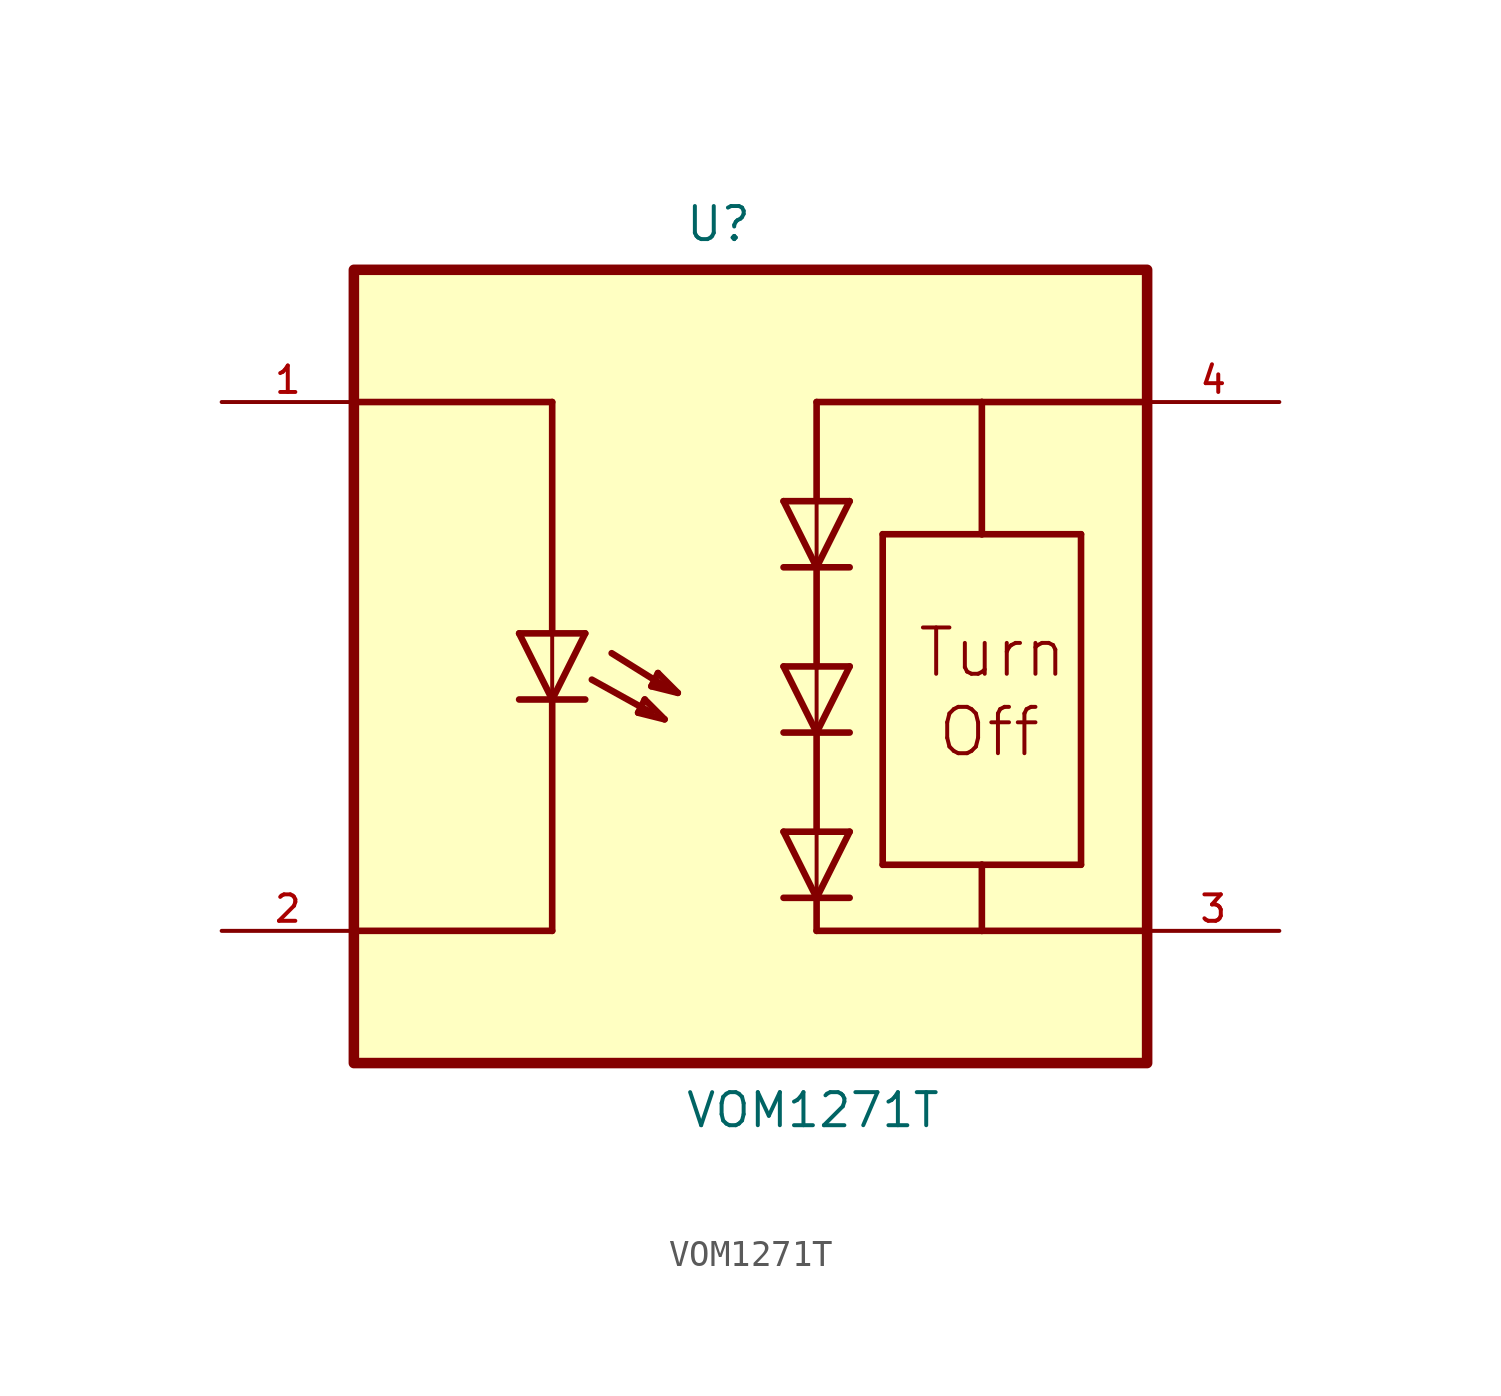
<source format=kicad_sym>
(kicad_symbol_lib
  (version 20211014)
  (generator kicad_symbol_editor)
  (symbol "VOM1271T"
    (pin_names
      (offset 1.016))
    (property "Reference" "U"
      (at -2.54 16.257 0)
      (effects (font (size 1.27 1.27)) (justify bottom left)))
    (property "Value" "VOM1271T"
      (at -2.541 -17.791 0)
      (effects (font (size 1.27 1.27)) (justify bottom left)))
    (symbol "VOM1271T_0_0"
      (polyline (pts (xy 3.81 6.35) (xy 2.54 3.81)) (stroke (width 0.254)))
      (polyline (pts (xy 2.54 3.81) (xy 1.27 6.35)) (stroke (width 0.254)))
      (polyline (pts (xy 3.81 3.81) (xy 2.54 3.81)) (stroke (width 0.254)))
      (polyline (pts (xy 2.54 3.81) (xy 1.27 3.81)) (stroke (width 0.254)))
      (polyline (pts (xy 3.81 6.35) (xy 2.54 6.35)) (stroke (width 0.254)))
      (polyline (pts (xy 2.54 6.35) (xy 1.27 6.35)) (stroke (width 0.254)))
      (polyline (pts (xy 2.54 6.35) (xy 2.54 3.81)) (stroke (width 0.152)))
      (polyline (pts (xy -4.064 -1.27) (xy -4.318 -1.778)) (stroke (width 0.254)))
      (polyline (pts (xy -4.318 -1.778) (xy -3.302 -2.032)) (stroke (width 0.254)))
      (polyline (pts (xy -3.302 -2.032) (xy -4.064 -1.27)) (stroke (width 0.254)))
      (polyline (pts (xy -3.556 -0.254) (xy -3.81 -0.762)) (stroke (width 0.254)))
      (polyline (pts (xy -3.81 -0.762) (xy -2.794 -1.016)) (stroke (width 0.254)))
      (polyline (pts (xy -2.794 -1.016) (xy -3.556 -0.254)) (stroke (width 0.254)))
      (text "Turn" (at 6.356 -0.508 0) (effects (font (size 1.78 1.78)) (justify bottom left)))
      (text "Off" (at 7.119 -3.559 0) (effects (font (size 1.78 1.78)) (justify bottom left)))
      (polyline (pts (xy 5.08 -7.62) (xy 5.08 5.08)) (stroke (width 0.254)))
      (polyline (pts (xy 5.08 5.08) (xy 8.89 5.08)) (stroke (width 0.254)))
      (polyline (pts (xy 8.89 5.08) (xy 12.7 5.08)) (stroke (width 0.254)))
      (polyline (pts (xy 12.7 5.08) (xy 12.7 -7.62)) (stroke (width 0.254)))
      (polyline (pts (xy 12.7 -7.62) (xy 8.89 -7.62)) (stroke (width 0.254)))
      (polyline (pts (xy 8.89 -7.62) (xy 5.08 -7.62)) (stroke (width 0.254)))
      (polyline (pts (xy 8.89 5.08) (xy 8.89 10.16)) (stroke (width 0.254)))
      (polyline (pts (xy 8.89 10.16) (xy 15.24 10.16)) (stroke (width 0.254)))
      (polyline (pts (xy 8.89 -7.62) (xy 8.89 -10.16)) (stroke (width 0.254)))
      (polyline (pts (xy 8.89 -10.16) (xy 15.24 -10.16)) (stroke (width 0.254)))
      (polyline (pts (xy 3.81 0.0) (xy 2.54 -2.54)) (stroke (width 0.254)))
      (polyline (pts (xy 2.54 -2.54) (xy 1.27 0.0)) (stroke (width 0.254)))
      (polyline (pts (xy 3.81 -2.54) (xy 2.54 -2.54)) (stroke (width 0.254)))
      (polyline (pts (xy 2.54 -2.54) (xy 1.27 -2.54)) (stroke (width 0.254)))
      (polyline (pts (xy 3.81 0.0) (xy 2.54 0.0)) (stroke (width 0.254)))
      (polyline (pts (xy 2.54 0.0) (xy 1.27 0.0)) (stroke (width 0.254)))
      (polyline (pts (xy 2.54 0.0) (xy 2.54 -2.54)) (stroke (width 0.152)))
      (polyline (pts (xy 3.81 -6.35) (xy 2.54 -8.89)) (stroke (width 0.254)))
      (polyline (pts (xy 2.54 -8.89) (xy 1.27 -6.35)) (stroke (width 0.254)))
      (polyline (pts (xy 3.81 -8.89) (xy 2.54 -8.89)) (stroke (width 0.254)))
      (polyline (pts (xy 2.54 -8.89) (xy 1.27 -8.89)) (stroke (width 0.254)))
      (polyline (pts (xy 3.81 -6.35) (xy 2.54 -6.35)) (stroke (width 0.254)))
      (polyline (pts (xy 2.54 -6.35) (xy 1.27 -6.35)) (stroke (width 0.254)))
      (polyline (pts (xy 2.54 -6.35) (xy 2.54 -8.89)) (stroke (width 0.152)))
      (polyline (pts (xy -6.35 1.27) (xy -7.62 -1.27)) (stroke (width 0.254)))
      (polyline (pts (xy -7.62 -1.27) (xy -8.89 1.27)) (stroke (width 0.254)))
      (polyline (pts (xy -6.35 -1.27) (xy -7.62 -1.27)) (stroke (width 0.254)))
      (polyline (pts (xy -7.62 -1.27) (xy -8.89 -1.27)) (stroke (width 0.254)))
      (polyline (pts (xy -6.35 1.27) (xy -7.62 1.27)) (stroke (width 0.254)))
      (polyline (pts (xy -7.62 1.27) (xy -8.89 1.27)) (stroke (width 0.254)))
      (polyline (pts (xy -7.62 1.27) (xy -7.62 -1.27)) (stroke (width 0.152)))
      (polyline (pts (xy -3.81 -1.778) (xy -6.096 -0.508)) (stroke (width 0.254)))
      (polyline (pts (xy -3.302 -0.762) (xy -5.334 0.508)) (stroke (width 0.254)))
      (polyline (pts (xy -15.24 10.16) (xy -7.62 10.16)) (stroke (width 0.254)))
      (polyline (pts (xy -7.62 10.16) (xy -7.62 1.27)) (stroke (width 0.254)))
      (polyline (pts (xy -7.62 -1.27) (xy -7.62 -10.16)) (stroke (width 0.254)))
      (polyline (pts (xy -7.62 -10.16) (xy -15.24 -10.16)) (stroke (width 0.254)))
      (polyline (pts (xy 8.89 10.16) (xy 2.54 10.16)) (stroke (width 0.254)))
      (polyline (pts (xy 2.54 10.16) (xy 2.54 6.35)) (stroke (width 0.254)))
      (polyline (pts (xy 2.54 3.81) (xy 2.54 0.0)) (stroke (width 0.254)))
      (polyline (pts (xy 2.54 -2.54) (xy 2.54 -6.35)) (stroke (width 0.254)))
      (polyline (pts (xy 2.54 -8.89) (xy 2.54 -10.16)) (stroke (width 0.254)))
      (polyline (pts (xy 2.54 -10.16) (xy 8.89 -10.16)) (stroke (width 0.254)))
      (rectangle (start -15.24 -15.24) (end 15.24 15.24) (stroke (width 0.406)) (fill (type background)))
      (pin passive line (at -20.32 10.16 0) (length 5.08) (name "~" (effects (font (size 1.016 1.016)))) (number "1" (effects (font (size 1.016 1.016)))))
      (pin passive line (at -20.32 -10.16 0) (length 5.08) (name "~" (effects (font (size 1.016 1.016)))) (number "2" (effects (font (size 1.016 1.016)))))
      (pin passive line (at 20.32 10.16 180.0) (length 5.08) (name "~" (effects (font (size 1.016 1.016)))) (number "4" (effects (font (size 1.016 1.016)))))
      (pin passive line (at 20.32 -10.16 180.0) (length 5.08) (name "~" (effects (font (size 1.016 1.016)))) (number "3" (effects (font (size 1.016 1.016))))))))
</source>
